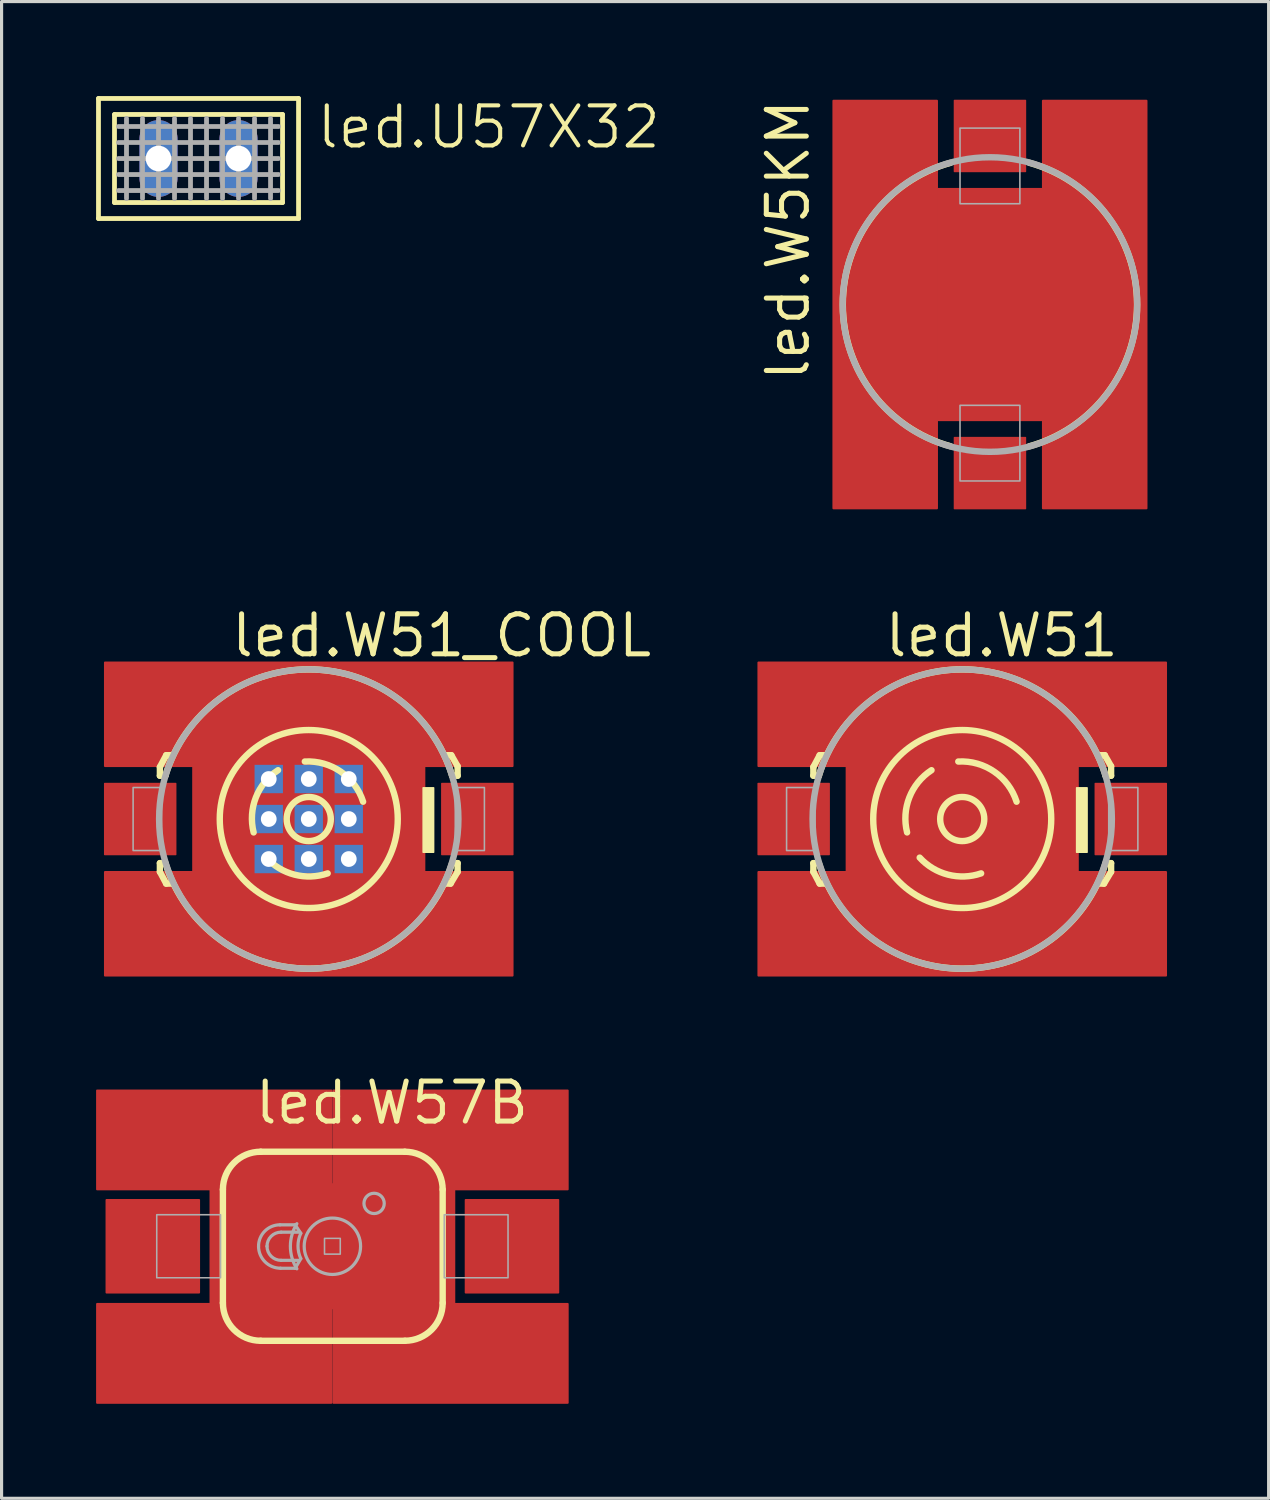
<source format=kicad_pcb>
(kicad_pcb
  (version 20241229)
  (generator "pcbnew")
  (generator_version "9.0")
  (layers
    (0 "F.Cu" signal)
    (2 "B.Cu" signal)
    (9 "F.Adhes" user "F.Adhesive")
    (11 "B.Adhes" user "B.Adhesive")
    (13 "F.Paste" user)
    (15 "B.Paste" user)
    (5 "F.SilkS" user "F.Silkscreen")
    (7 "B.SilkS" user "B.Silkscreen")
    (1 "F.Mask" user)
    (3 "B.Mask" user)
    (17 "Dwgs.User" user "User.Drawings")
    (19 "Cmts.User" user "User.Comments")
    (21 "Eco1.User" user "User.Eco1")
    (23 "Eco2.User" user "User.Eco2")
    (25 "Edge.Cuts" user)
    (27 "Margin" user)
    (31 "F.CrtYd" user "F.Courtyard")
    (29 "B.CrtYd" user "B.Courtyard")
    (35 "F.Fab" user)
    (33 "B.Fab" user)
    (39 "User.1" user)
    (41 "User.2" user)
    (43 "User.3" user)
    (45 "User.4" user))
  (footprint "led.W5KM"
    (layer "F.Cu")
    (at 28.371 6.616)
    (property "Reference" "led.W5KM" (at -5.665 2.5 90) (layer "F.SilkS") (effects (font (size 1.27 1.27) (thickness 0.16)) (justify left bottom)))
    (attr smd)
    (fp_circle (center 0 0) (end 2 0) (stroke (width 0.1) (type default)) (fill no) (layer "F.Mask"))
    (fp_arc (start -1.25 4.5) (mid -4.670385 0) (end -1.25 -4.5) (stroke (width 0.2032) (type default)) (layer "F.SilkS"))
    (fp_arc (start 1.25 -4.5) (mid 4.670385 0) (end 1.25 4.5) (stroke (width 0.2032) (type default)) (layer "F.SilkS"))
    (fp_circle (center 0 0) (end 1.803 0) (stroke (width 0.1) (type default)) (fill no) (layer "F.Paste"))
    (fp_rect (start -0.95 -3.2) (end 0.95 -5.6) (stroke (width 0.05) (type default)) (fill no) (layer "F.Fab"))
    (fp_rect (start -0.95 5.6) (end 0.95 3.2) (stroke (width 0.05) (type default)) (fill no) (layer "F.Fab"))
    (fp_circle (center 0 0) (end 4.675 0) (stroke (width 0.203) (type default)) (fill no) (layer "F.Fab"))
    (pad "A" smd roundrect (at 0 -5.35 180) (size 2.3 2.3) (layers "F.Cu" "F.Mask" "F.Paste") (roundrect_rratio 0.01))
    (pad "C" smd roundrect (at 0 5.35) (size 2.3 2.3) (layers "F.Cu" "F.Mask" "F.Paste") (roundrect_rratio 0.01))
    (pad "HT@1" smd roundrect (at -3.325 0) (size 3.35 13) (layers "F.Cu" "F.Mask" "F.Paste") (roundrect_rratio 0.01))
    (pad "HT@2" smd roundrect (at 3.325 0 180) (size 3.35 13) (layers "F.Cu" "F.Mask" "F.Paste") (roundrect_rratio 0.01))
    (pad "TH" smd roundrect (at 0 0) (size 3.35 7.4) (layers "F.Cu" "F.Mask" "F.Paste") (roundrect_rratio 0.01)))
  (footprint "led.W51_COOL"
    (layer "F.Cu")
    (at 6.75 22.946)
    (property "Reference" "led.W51_COOL" (at -2.54 -5.08 0) (layer "F.SilkS") (effects (font (size 1.27 1.27) (thickness 0.16)) (justify left bottom)))
    (attr smd)
    (fp_rect (start -6.725 1.35) (end -4 -1.375) (stroke (width 0.05) (type default)) (fill yes) (layer "F.Mask"))
    (fp_rect (start 3.975 1.375) (end 6.7 -1.35) (stroke (width 0.05) (type default)) (fill yes) (layer "F.Mask"))
    (fp_circle (center 0 0) (end 2.502 0) (stroke (width 0.1) (type default)) (fill no) (layer "F.Mask"))
    (fp_line (start -4.725 -1.65) (end -4.525 -2.025) (stroke (width 0.203) (type default)) (layer "F.SilkS"))
    (fp_line (start -4.725 -1.375) (end -4.725 -1.65) (stroke (width 0.203) (type default)) (layer "F.SilkS"))
    (fp_line (start -4.725 1.4) (end -4.725 1.675) (stroke (width 0.203) (type default)) (layer "F.SilkS"))
    (fp_line (start -4.725 1.675) (end -4.525 2.05) (stroke (width 0.203) (type default)) (layer "F.SilkS"))
    (fp_line (start -4.55 -1.375) (end -4.725 -1.375) (stroke (width 0.203) (type default)) (layer "F.SilkS"))
    (fp_line (start -4.55 1.4) (end -4.725 1.4) (stroke (width 0.203) (type default)) (layer "F.SilkS"))
    (fp_line (start -4.525 -2.025) (end -4.35 -2.025) (stroke (width 0.203) (type default)) (layer "F.SilkS"))
    (fp_line (start -4.525 2.05) (end -4.325 2.05) (stroke (width 0.203) (type default)) (layer "F.SilkS"))
    (fp_line (start 4.5 2.05) (end 4.325 2.05) (stroke (width 0.203) (type default)) (layer "F.SilkS"))
    (fp_line (start 4.525 -2.025) (end 4.35 -2.025) (stroke (width 0.203) (type default)) (layer "F.SilkS"))
    (fp_line (start 4.55 -1.375) (end 4.725 -1.375) (stroke (width 0.203) (type default)) (layer "F.SilkS"))
    (fp_line (start 4.55 1.4) (end 4.725 1.4) (stroke (width 0.203) (type default)) (layer "F.SilkS"))
    (fp_line (start 4.725 -1.675) (end 4.525 -2.025) (stroke (width 0.203) (type default)) (layer "F.SilkS"))
    (fp_line (start 4.725 -1.375) (end 4.725 -1.675) (stroke (width 0.203) (type default)) (layer "F.SilkS"))
    (fp_line (start 4.725 1.4) (end 4.725 1.675) (stroke (width 0.203) (type default)) (layer "F.SilkS"))
    (fp_line (start 4.725 1.675) (end 4.5 2.05) (stroke (width 0.203) (type default)) (layer "F.SilkS"))
    (fp_rect (start 3.632 1.054) (end 3.962 -0.99) (stroke (width 0.05) (type default)) (fill yes) (layer "F.SilkS"))
    (fp_arc (start -4.55 -1.375) (mid 0 -4.750026) (end 4.55 -1.375) (stroke (width 0.2032) (type default)) (layer "F.SilkS"))
    (fp_arc (start -1.75 0.425) (mid -1.67803 -0.686316) (end -0.975 -1.55) (stroke (width 0.2032) (type default)) (layer "F.SilkS"))
    (fp_arc (start -0.125 -1.825) (mid 1.017186 -1.502632) (end 1.725 -0.55) (stroke (width 0.2032) (type default)) (layer "F.SilkS"))
    (fp_arc (start 0.6 1.725) (mid -0.449631 1.766062) (end -1.35 1.225) (stroke (width 0.2032) (type default)) (layer "F.SilkS"))
    (fp_arc (start 4.55 1.4) (mid 0 4.750088) (end -4.55 1.4) (stroke (width 0.2032) (type default)) (layer "F.SilkS"))
    (fp_circle (center 0 0) (end 0.7 0) (stroke (width 0.203) (type default)) (fill no) (layer "F.SilkS"))
    (fp_circle (center 0 0) (end 2.825 0) (stroke (width 0.203) (type default)) (fill no) (layer "F.SilkS"))
    (fp_rect (start -6.45 1.1) (end -4.25 -1.1) (stroke (width 0.05) (type default)) (fill yes) (layer "F.Paste"))
    (fp_rect (start 4.25 1.1) (end 6.45 -1.1) (stroke (width 0.05) (type default)) (fill yes) (layer "F.Paste"))
    (fp_circle (center 0 0) (end 1.775 0) (stroke (width 0.1) (type default)) (fill no) (layer "F.Paste"))
    (fp_rect (start -5.575 1) (end -4.675 -1) (stroke (width 0.05) (type default)) (fill no) (layer "F.Fab"))
    (fp_rect (start 4.65 1) (end 5.575 -1) (stroke (width 0.05) (type default)) (fill no) (layer "F.Fab"))
    (fp_circle (center 0 0) (end 4.75 0) (stroke (width 0.203) (type default)) (fill no) (layer "F.Fab"))
    (pad "A" smd roundrect (at -5.35 0) (size 2.3 2.3) (layers "F.Cu" "F.Mask" "F.Paste") (roundrect_rratio 0.01))
    (pad "C" smd roundrect (at 5.35 0) (size 2.3 2.3) (layers "F.Cu" "F.Mask" "F.Paste") (roundrect_rratio 0.01))
    (pad "TH@1" smd roundrect (at 0 0) (size 7.4 3.4) (layers "F.Cu" "F.Mask" "F.Paste") (roundrect_rratio 0.01))
    (pad "TH@2" smd roundrect (at 0 -3.325) (size 13 3.35) (layers "F.Cu" "F.Mask" "F.Paste") (roundrect_rratio 0.01))
    (pad "TH@3" smd roundrect (at 0 3.325) (size 13 3.35) (layers "F.Cu" "F.Mask" "F.Paste") (roundrect_rratio 0.01))
    (pad "TH@4" thru_hole rect (at -1.27 -1.27) (size 0.9 0.9) (drill 0.5) (layers "*.Cu" "*.Mask"))
    (pad "TH@5" thru_hole rect (at 0 -1.27) (size 0.9 0.9) (drill 0.5) (layers "*.Cu" "*.Mask"))
    (pad "TH@6" thru_hole rect (at 1.27 -1.27) (size 0.9 0.9) (drill 0.5) (layers "*.Cu" "*.Mask"))
    (pad "TH@7" thru_hole rect (at -1.27 0) (size 0.9 0.9) (drill 0.5) (layers "*.Cu" "*.Mask"))
    (pad "TH@8" thru_hole rect (at 0 0) (size 0.9 0.9) (drill 0.5) (layers "*.Cu" "*.Mask"))
    (pad "TH@9" thru_hole rect (at 1.27 0) (size 0.9 0.9) (drill 0.5) (layers "*.Cu" "*.Mask"))
    (pad "TH@10" thru_hole rect (at -1.27 1.27) (size 0.9 0.9) (drill 0.5) (layers "*.Cu" "*.Mask"))
    (pad "TH@11" thru_hole rect (at 0 1.27) (size 0.9 0.9) (drill 0.5) (layers "*.Cu" "*.Mask"))
    (pad "TH@12" thru_hole rect (at 1.27 1.27) (size 0.9 0.9) (drill 0.5) (layers "*.Cu" "*.Mask")))
  (footprint "led.U57X32"
    (layer "F.Cu")
    (at 3.251 1.981)
    (property "Reference" "led.U57X32" (at 3.683 -0.254 0) (layer "F.SilkS") (effects (font (size 1.27 1.27) (thickness 0.13)) (justify left bottom)))
    (attr through_hole)
    (fp_line (start -3.175 -1.905) (end -3.175 1.905) (stroke (width 0.152) (type default)) (layer "F.SilkS"))
    (fp_line (start -3.175 -1.905) (end 3.175 -1.905) (stroke (width 0.152) (type default)) (layer "F.SilkS"))
    (fp_line (start -2.667 -1.397) (end -2.667 1.397) (stroke (width 0.152) (type default)) (layer "F.SilkS"))
    (fp_line (start -2.667 -1.397) (end 2.667 -1.397) (stroke (width 0.152) (type default)) (layer "F.SilkS"))
    (fp_line (start 2.667 1.397) (end -2.667 1.397) (stroke (width 0.152) (type default)) (layer "F.SilkS"))
    (fp_line (start 2.667 1.397) (end 2.667 -1.397) (stroke (width 0.152) (type default)) (layer "F.SilkS"))
    (fp_line (start 3.175 1.905) (end -3.175 1.905) (stroke (width 0.152) (type default)) (layer "F.SilkS"))
    (fp_line (start 3.175 1.905) (end 3.175 -1.905) (stroke (width 0.152) (type default)) (layer "F.SilkS"))
    (fp_line (start -2.54 -1.016) (end 2.54 -1.016) (stroke (width 0.152) (type default)) (layer "F.Fab"))
    (fp_line (start -2.54 -0.508) (end 2.54 -0.508) (stroke (width 0.152) (type default)) (layer "F.Fab"))
    (fp_line (start -2.54 0) (end 2.54 0) (stroke (width 0.152) (type default)) (layer "F.Fab"))
    (fp_line (start -2.54 0.508) (end 2.54 0.508) (stroke (width 0.152) (type default)) (layer "F.Fab"))
    (fp_line (start -2.54 1.016) (end 2.54 1.016) (stroke (width 0.152) (type default)) (layer "F.Fab"))
    (fp_line (start -2.286 -1.27) (end -2.286 1.27) (stroke (width 0.152) (type default)) (layer "F.Fab"))
    (fp_line (start -1.778 -1.27) (end -1.778 1.27) (stroke (width 0.152) (type default)) (layer "F.Fab"))
    (fp_line (start -1.27 -1.27) (end -1.27 1.27) (stroke (width 0.152) (type default)) (layer "F.Fab"))
    (fp_line (start -0.762 -1.27) (end -0.762 1.27) (stroke (width 0.152) (type default)) (layer "F.Fab"))
    (fp_line (start -0.254 -1.27) (end -0.254 1.27) (stroke (width 0.152) (type default)) (layer "F.Fab"))
    (fp_line (start 0.254 -1.27) (end 0.254 1.27) (stroke (width 0.152) (type default)) (layer "F.Fab"))
    (fp_line (start 0.762 -1.27) (end 0.762 1.27) (stroke (width 0.152) (type default)) (layer "F.Fab"))
    (fp_line (start 1.27 -1.27) (end 1.27 1.27) (stroke (width 0.152) (type default)) (layer "F.Fab"))
    (fp_line (start 1.778 -1.27) (end 1.778 1.27) (stroke (width 0.152) (type default)) (layer "F.Fab"))
    (fp_line (start 2.286 -1.27) (end 2.286 1.27) (stroke (width 0.152) (type default)) (layer "F.Fab"))
    (pad "A" thru_hole oval (at -1.27 0 90) (size 2.438 1.219) (drill 0.813) (layers "*.Cu" "*.Mask"))
    (pad "K" thru_hole oval (at 1.27 0 90) (size 2.438 1.219) (drill 0.813) (layers "*.Cu" "*.Mask")))
  (footprint "led.W57B"
    (layer "F.Cu")
    (at 7.5 36.506)
    (property "Reference" "led.W57B" (at -2.54 -3.81 0) (layer "F.SilkS") (effects (font (size 1.27 1.27) (thickness 0.16)) (justify left bottom)))
    (attr smd)
    (fp_rect (start -7.375 1.675) (end -4.025 -1.675) (stroke (width 0.05) (type default)) (fill yes) (layer "F.Mask"))
    (fp_rect (start 4.025 1.675) (end 7.375 -1.675) (stroke (width 0.05) (type default)) (fill yes) (layer "F.Mask"))
    (fp_circle (center 0 0) (end 2 0) (stroke (width 0.1) (type default)) (fill no) (layer "F.Mask"))
    (fp_line (start -3.475 1.8) (end -3.475 -1.8) (stroke (width 0.203) (type default)) (layer "F.SilkS"))
    (fp_line (start -2.275 -3) (end 2.3 -3) (stroke (width 0.203) (type default)) (layer "F.SilkS"))
    (fp_line (start 2.3 3) (end -2.275 3) (stroke (width 0.203) (type default)) (layer "F.SilkS"))
    (fp_line (start 3.5 -1.8) (end 3.5 1.8) (stroke (width 0.203) (type default)) (layer "F.SilkS"))
    (fp_arc (start -3.475 -1.8) (mid -3.123528 -2.648528) (end -2.275 -3) (stroke (width 0.2032) (type default)) (layer "F.SilkS"))
    (fp_arc (start -2.275 3) (mid -3.123528 2.648528) (end -3.475 1.8) (stroke (width 0.2032) (type default)) (layer "F.SilkS"))
    (fp_arc (start 2.3 -3) (mid 3.148528 -2.648528) (end 3.5 -1.8) (stroke (width 0.2032) (type default)) (layer "F.SilkS"))
    (fp_arc (start 3.5 1.8) (mid 3.148528 2.648528) (end 2.3 3) (stroke (width 0.2032) (type default)) (layer "F.SilkS"))
    (fp_circle (center 0 0) (end 1.775 0) (stroke (width 0.1) (type default)) (fill no) (layer "F.Paste"))
    (fp_line (start -1.646 0.698) (end -1.181 0.698) (stroke (width 0.102) (type default)) (layer "F.Fab"))
    (fp_line (start -1.628 0.447) (end -1.056 0.447) (stroke (width 0.102) (type default)) (layer "F.Fab"))
    (fp_line (start -1.181 -0.68) (end -1.664 -0.68) (stroke (width 0.102) (type default)) (layer "F.Fab"))
    (fp_line (start -1.181 0.698) (end -1.002 0.394) (stroke (width 0.102) (type default)) (layer "F.Fab"))
    (fp_line (start -1.038 -0.447) (end -1.628 -0.447) (stroke (width 0.102) (type default)) (layer "F.Fab"))
    (fp_line (start -1.002 -0.411) (end -1.181 -0.68) (stroke (width 0.102) (type default)) (layer "F.Fab"))
    (fp_rect (start -5.575 1) (end -3.55 -1) (stroke (width 0.05) (type default)) (fill no) (layer "F.Fab"))
    (fp_rect (start -0.25 0.25) (end 0.25 -0.25) (stroke (width 0.05) (type default)) (fill no) (layer "F.Fab"))
    (fp_rect (start 3.55 1) (end 5.575 -1) (stroke (width 0.05) (type default)) (fill no) (layer "F.Fab"))
    (fp_arc (start -2.3437 0) (mid -2.144562 -0.480762) (end -1.6638 -0.6799) (stroke (width 0.1016) (type default)) (layer "F.Fab"))
    (fp_arc (start -2.0754 0) (mid -1.944389 -0.316289) (end -1.6281 -0.4473) (stroke (width 0.1016) (type default)) (layer "F.Fab"))
    (fp_arc (start -1.646 0.6977) (mid -2.139348 0.493348) (end -2.3437 0) (stroke (width 0.1016) (type default)) (layer "F.Fab"))
    (fp_arc (start -1.6281 0.4473) (mid -1.944389 0.316289) (end -2.0754 0) (stroke (width 0.1016) (type default)) (layer "F.Fab"))
    (fp_arc (start -1.1271 0.7156) (mid -1.333011 0) (end -1.1271 -0.7156) (stroke (width 0.1016) (type default)) (layer "F.Fab"))
    (fp_arc (start -1.0019 0.3936) (mid -1.091451 -0.00895) (end -1.0019 -0.4115) (stroke (width 0.1016) (type default)) (layer "F.Fab"))
    (fp_circle (center 0 0) (end 0.895 0) (stroke (width 0.102) (type default)) (fill no) (layer "F.Fab"))
    (fp_circle (center 1.324 -1.36) (end 1.646 -1.36) (stroke (width 0.102) (type default)) (fill no) (layer "F.Fab"))
    (pad "A" smd roundrect (at -5.7 0) (size 3 3) (layers "F.Cu" "F.Mask" "F.Paste") (roundrect_rratio 0.01))
    (pad "C" smd roundrect (at 5.7 0) (size 3 3) (layers "F.Cu" "F.Mask" "F.Paste") (roundrect_rratio 0.01))
    (pad "C@1" smd roundrect (at 3.75 -3.375) (size 7.5 3.2) (layers "F.Cu" "F.Mask" "F.Paste") (roundrect_rratio 0.01))
    (pad "C@2" smd roundrect (at -3.75 -3.375) (size 7.5 3.2) (layers "F.Cu" "F.Mask" "F.Paste") (roundrect_rratio 0.01))
    (pad "C@3" smd roundrect (at -3.75 3.4) (size 7.5 3.2) (layers "F.Cu" "F.Mask" "F.Paste") (roundrect_rratio 0.01))
    (pad "C@4" smd roundrect (at 3.75 3.4) (size 7.5 3.2) (layers "F.Cu" "F.Mask" "F.Paste") (roundrect_rratio 0.01))
    (pad "C@5" smd roundrect (at 0 0) (size 7.8 4) (layers "F.Cu" "F.Mask" "F.Paste") (roundrect_rratio 0.01)))
  (footprint "led.W51"
    (layer "F.Cu")
    (at 27.491 22.946)
    (property "Reference" "led.W51" (at -2.54 -5.08 0) (layer "F.SilkS") (effects (font (size 1.27 1.27) (thickness 0.16)) (justify left bottom)))
    (attr smd)
    (fp_rect (start -6.725 1.35) (end -4 -1.375) (stroke (width 0.05) (type default)) (fill yes) (layer "F.Mask"))
    (fp_rect (start 3.975 1.375) (end 6.7 -1.35) (stroke (width 0.05) (type default)) (fill yes) (layer "F.Mask"))
    (fp_circle (center 0 0) (end 2 0) (stroke (width 0.1) (type default)) (fill no) (layer "F.Mask"))
    (fp_line (start -4.725 -1.65) (end -4.525 -2.025) (stroke (width 0.203) (type default)) (layer "F.SilkS"))
    (fp_line (start -4.725 -1.375) (end -4.725 -1.65) (stroke (width 0.203) (type default)) (layer "F.SilkS"))
    (fp_line (start -4.725 1.4) (end -4.725 1.675) (stroke (width 0.203) (type default)) (layer "F.SilkS"))
    (fp_line (start -4.725 1.675) (end -4.525 2.05) (stroke (width 0.203) (type default)) (layer "F.SilkS"))
    (fp_line (start -4.55 -1.375) (end -4.725 -1.375) (stroke (width 0.203) (type default)) (layer "F.SilkS"))
    (fp_line (start -4.55 1.4) (end -4.725 1.4) (stroke (width 0.203) (type default)) (layer "F.SilkS"))
    (fp_line (start -4.525 -2.025) (end -4.35 -2.025) (stroke (width 0.203) (type default)) (layer "F.SilkS"))
    (fp_line (start -4.525 2.05) (end -4.325 2.05) (stroke (width 0.203) (type default)) (layer "F.SilkS"))
    (fp_line (start 4.5 2.05) (end 4.325 2.05) (stroke (width 0.203) (type default)) (layer "F.SilkS"))
    (fp_line (start 4.525 -2.025) (end 4.35 -2.025) (stroke (width 0.203) (type default)) (layer "F.SilkS"))
    (fp_line (start 4.55 -1.375) (end 4.725 -1.375) (stroke (width 0.203) (type default)) (layer "F.SilkS"))
    (fp_line (start 4.55 1.4) (end 4.725 1.4) (stroke (width 0.203) (type default)) (layer "F.SilkS"))
    (fp_line (start 4.725 -1.675) (end 4.525 -2.025) (stroke (width 0.203) (type default)) (layer "F.SilkS"))
    (fp_line (start 4.725 -1.375) (end 4.725 -1.675) (stroke (width 0.203) (type default)) (layer "F.SilkS"))
    (fp_line (start 4.725 1.4) (end 4.725 1.675) (stroke (width 0.203) (type default)) (layer "F.SilkS"))
    (fp_line (start 4.725 1.675) (end 4.5 2.05) (stroke (width 0.203) (type default)) (layer "F.SilkS"))
    (fp_rect (start 3.632 1.054) (end 3.962 -0.99) (stroke (width 0.05) (type default)) (fill yes) (layer "F.SilkS"))
    (fp_arc (start -4.55 -1.375) (mid 0 -4.750026) (end 4.55 -1.375) (stroke (width 0.2032) (type default)) (layer "F.SilkS"))
    (fp_arc (start -1.75 0.425) (mid -1.67803 -0.686316) (end -0.975 -1.55) (stroke (width 0.2032) (type default)) (layer "F.SilkS"))
    (fp_arc (start -0.125 -1.825) (mid 1.017186 -1.502632) (end 1.725 -0.55) (stroke (width 0.2032) (type default)) (layer "F.SilkS"))
    (fp_arc (start 0.6 1.725) (mid -0.449631 1.766062) (end -1.35 1.225) (stroke (width 0.2032) (type default)) (layer "F.SilkS"))
    (fp_arc (start 4.55 1.4) (mid 0 4.750088) (end -4.55 1.4) (stroke (width 0.2032) (type default)) (layer "F.SilkS"))
    (fp_circle (center 0 0) (end 0.7 0) (stroke (width 0.203) (type default)) (fill no) (layer "F.SilkS"))
    (fp_circle (center 0 0) (end 2.825 0) (stroke (width 0.203) (type default)) (fill no) (layer "F.SilkS"))
    (fp_rect (start -6.45 1.1) (end -4.25 -1.1) (stroke (width 0.05) (type default)) (fill yes) (layer "F.Paste"))
    (fp_rect (start 4.25 1.1) (end 6.45 -1.1) (stroke (width 0.05) (type default)) (fill yes) (layer "F.Paste"))
    (fp_circle (center 0 0) (end 1.775 0) (stroke (width 0.1) (type default)) (fill no) (layer "F.Paste"))
    (fp_rect (start -5.575 1) (end -4.675 -1) (stroke (width 0.05) (type default)) (fill no) (layer "F.Fab"))
    (fp_rect (start 4.65 1) (end 5.575 -1) (stroke (width 0.05) (type default)) (fill no) (layer "F.Fab"))
    (fp_circle (center 0 0) (end 4.75 0) (stroke (width 0.203) (type default)) (fill no) (layer "F.Fab"))
    (pad "A" smd roundrect (at -5.35 0) (size 2.3 2.3) (layers "F.Cu" "F.Mask" "F.Paste") (roundrect_rratio 0.01))
    (pad "C" smd roundrect (at 5.35 0) (size 2.3 2.3) (layers "F.Cu" "F.Mask" "F.Paste") (roundrect_rratio 0.01))
    (pad "TH@1" smd roundrect (at 0 0) (size 7.4 3.4) (layers "F.Cu" "F.Mask" "F.Paste") (roundrect_rratio 0.01))
    (pad "TH@2" smd roundrect (at 0 -3.325) (size 13 3.35) (layers "F.Cu" "F.Mask" "F.Paste") (roundrect_rratio 0.01))
    (pad "TH@3" smd roundrect (at 0 3.325) (size 13 3.35) (layers "F.Cu" "F.Mask" "F.Paste") (roundrect_rratio 0.01)))
  (gr_rect
    (start -3 -3)
    (end 37.216 44.506)
    (stroke (width 0.1) (type default))
    (fill no)
    (layer "Edge.Cuts")))
</source>
